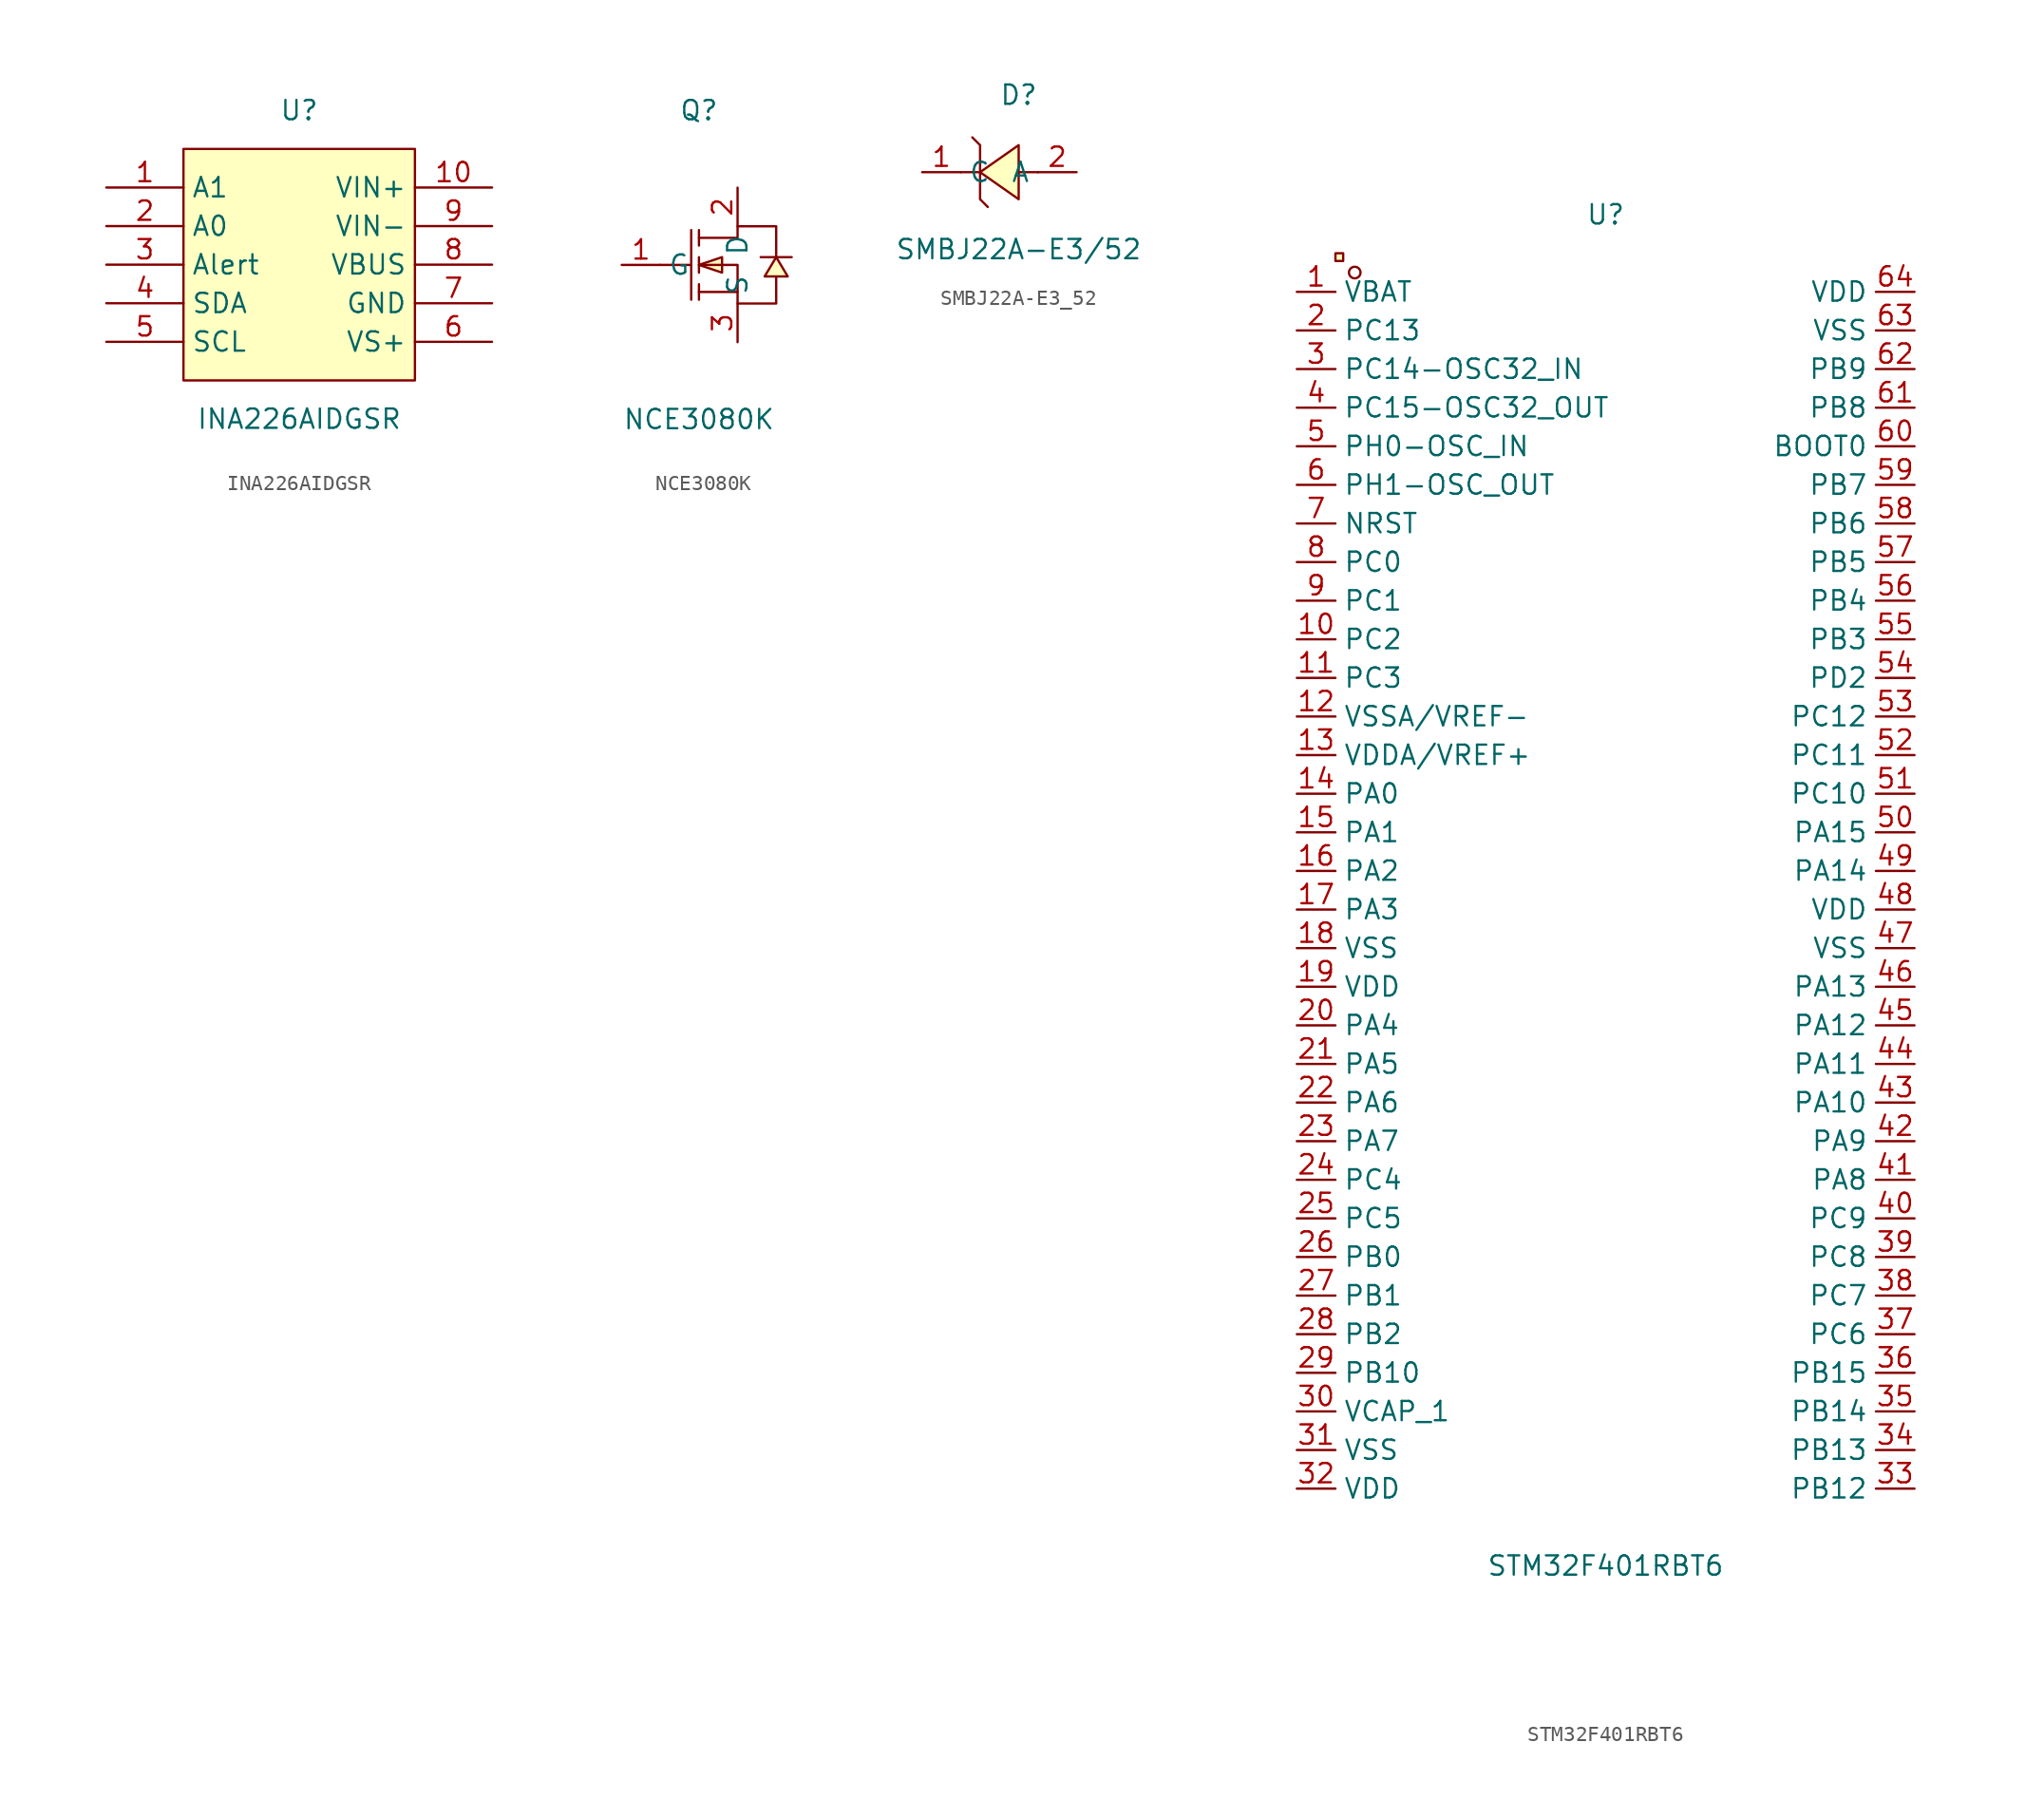
<source format=kicad_sym>
(kicad_symbol_lib
  (version 20241209)
  (generator "kicad_symbol_editor")
  (generator_version "9.0")
  (symbol "INA226AIDGSR"
    (property "Reference" "U"
      (at 0 10.16 0)
      (effects (font (size 1.27 1.27))))
    (property "Value" "INA226AIDGSR"
      (at 0 -10.16 0)
      (effects (font (size 1.27 1.27))))
    (symbol "INA226AIDGSR_0_1"
      (rectangle (start -7.62 7.62) (end 7.62 -7.62) (stroke (width 0) (type default)) (fill (type background)))
      (pin unspecified line (at -12.7 5.08 0) (length 5.08) (name "A1" (effects (font (size 1.27 1.27)))) (number "1" (effects (font (size 1.27 1.27)))))
      (pin unspecified line (at -12.7 2.54 0) (length 5.08) (name "A0" (effects (font (size 1.27 1.27)))) (number "2" (effects (font (size 1.27 1.27)))))
      (pin unspecified line (at -12.7 0 0) (length 5.08) (name "Alert" (effects (font (size 1.27 1.27)))) (number "3" (effects (font (size 1.27 1.27)))))
      (pin unspecified line (at -12.7 -2.54 0) (length 5.08) (name "SDA" (effects (font (size 1.27 1.27)))) (number "4" (effects (font (size 1.27 1.27)))))
      (pin unspecified line (at -12.7 -5.08 0) (length 5.08) (name "SCL" (effects (font (size 1.27 1.27)))) (number "5" (effects (font (size 1.27 1.27)))))
      (pin unspecified line (at 12.7 5.08 180) (length 5.08) (name "VIN+" (effects (font (size 1.27 1.27)))) (number "10" (effects (font (size 1.27 1.27)))))
      (pin unspecified line (at 12.7 2.54 180) (length 5.08) (name "VIN-" (effects (font (size 1.27 1.27)))) (number "9" (effects (font (size 1.27 1.27)))))
      (pin unspecified line (at 12.7 0 180) (length 5.08) (name "VBUS" (effects (font (size 1.27 1.27)))) (number "8" (effects (font (size 1.27 1.27)))))
      (pin unspecified line (at 12.7 -2.54 180) (length 5.08) (name "GND" (effects (font (size 1.27 1.27)))) (number "7" (effects (font (size 1.27 1.27)))))
      (pin unspecified line (at 12.7 -5.08 180) (length 5.08) (name "VS+" (effects (font (size 1.27 1.27)))) (number "6" (effects (font (size 1.27 1.27)))))))
  (symbol "NCE3080K"
    (property "Reference" "Q"
      (at 0 10.16 0)
      (effects (font (size 1.27 1.27))))
    (property "Value" "NCE3080K"
      (at 0 -10.16 0)
      (effects (font (size 1.27 1.27))))
    (symbol "NCE3080K_0_1"
      (polyline (pts (xy -2.54 0) (xy -0.51 0)) (stroke (width 0) (type default)) (fill (type none)))
      (polyline (pts (xy -0.51 2.29) (xy -0.51 -2.29)) (stroke (width 0) (type default)) (fill (type none)))
      (polyline (pts (xy 0 2.29) (xy 0 1.27)) (stroke (width 0) (type default)) (fill (type none)))
      (polyline (pts (xy 0 1.78) (xy 2.54 1.78) (xy 2.54 2.54) (xy 5.08 2.54) (xy 5.08 0.51)) (stroke (width 0) (type default)) (fill (type none)))
      (polyline (pts (xy 0 0) (xy 1.52 -0.51) (xy 1.52 0.51) (xy 0 0)) (stroke (width 0) (type default)) (fill (type background)))
      (polyline (pts (xy 0 0) (xy 2.54 0) (xy 2.54 -2.54) (xy 5.08 -2.54) (xy 5.08 -0.76)) (stroke (width 0) (type default)) (fill (type none)))
      (polyline (pts (xy 0 -0.51) (xy 0 0.51)) (stroke (width 0) (type default)) (fill (type none)))
      (polyline (pts (xy 0 -2.29) (xy 0 -1.27)) (stroke (width 0) (type default)) (fill (type none)))
      (polyline (pts (xy 2.54 -1.78) (xy 0 -1.78)) (stroke (width 0) (type default)) (fill (type none)))
      (polyline (pts (xy 5.08 0.51) (xy 4.32 -0.76) (xy 5.84 -0.76) (xy 5.08 0.51)) (stroke (width 0) (type default)) (fill (type background)))
      (polyline (pts (xy 6.1 0.51) (xy 5.59 0.51) (xy 4.57 0.51) (xy 4.06 0.51)) (stroke (width 0) (type default)) (fill (type none)))
      (pin unspecified line (at -5.08 0 0) (length 2.54) (name "G" (effects (font (size 1.27 1.27)))) (number "1" (effects (font (size 1.27 1.27)))))
      (pin unspecified line (at 2.54 5.08 270) (length 2.54) (name "D" (effects (font (size 1.27 1.27)))) (number "2" (effects (font (size 1.27 1.27)))))
      (pin unspecified line (at 2.54 -5.08 90) (length 2.54) (name "S" (effects (font (size 1.27 1.27)))) (number "3" (effects (font (size 1.27 1.27)))))))
  (symbol "SMBJ22A-E3_52"
    (property "Reference" "D"
      (at 0 6.35 0)
      (effects (font (size 1.27 1.27))))
    (property "Value" "SMBJ22A-E3/52"
      (at 0 -3.81 0)
      (effects (font (size 1.27 1.27))))
    (symbol "SMBJ22A-E3_52_0_1"
      (polyline (pts (xy -2.54 3.05) (xy -3.05 3.56) (xy -2.54 3.05) (xy -2.54 -0.51) (xy -2.03 -1.02) (xy -2.03 -1.02)) (stroke (width 0) (type default)) (fill (type none)))
      (polyline (pts (xy -2.54 1.27) (xy -3.81 1.27)) (stroke (width 0) (type default)) (fill (type none)))
      (polyline (pts (xy 0 3.05) (xy -2.54 1.27) (xy 0 -0.51) (xy 0 3.05)) (stroke (width 0) (type default)) (fill (type background)))
      (polyline (pts (xy 1.27 1.27) (xy 0 1.27)) (stroke (width 0) (type default)) (fill (type none)))
      (pin unspecified line (at -6.35 1.27 0) (length 2.54) (name "C" (effects (font (size 1.27 1.27)))) (number "1" (effects (font (size 1.27 1.27)))))
      (pin unspecified line (at 3.81 1.27 180) (length 2.54) (name "A" (effects (font (size 1.27 1.27)))) (number "2" (effects (font (size 1.27 1.27)))))))
  (symbol "STM32F401RBT6"
    (property "Reference" "U"
      (at 0 44.45 0)
      (effects (font (size 1.27 1.27))))
    (property "Value" "STM32F401RBT6"
      (at 0 -44.45 0)
      (effects (font (size 1.27 1.27))))
    (symbol "STM32F401RBT6_0_1"
      (rectangle (start -17.78 41.91) (end -17.27 41.4) (stroke (width 0) (type default)) (fill (type background)))
      (circle (center -16.51 40.64) (radius 0.38) (stroke (width 0) (type default)) (fill (type none)))
      (pin unspecified line (at -20.32 39.37 0) (length 2.54) (name "VBAT" (effects (font (size 1.27 1.27)))) (number "1" (effects (font (size 1.27 1.27)))))
      (pin unspecified line (at -20.32 36.83 0) (length 2.54) (name "PC13" (effects (font (size 1.27 1.27)))) (number "2" (effects (font (size 1.27 1.27)))))
      (pin unspecified line (at -20.32 34.29 0) (length 2.54) (name "PC14-OSC32_IN" (effects (font (size 1.27 1.27)))) (number "3" (effects (font (size 1.27 1.27)))))
      (pin unspecified line (at -20.32 31.75 0) (length 2.54) (name "PC15-OSC32_OUT" (effects (font (size 1.27 1.27)))) (number "4" (effects (font (size 1.27 1.27)))))
      (pin unspecified line (at -20.32 29.21 0) (length 2.54) (name "PH0-OSC_IN" (effects (font (size 1.27 1.27)))) (number "5" (effects (font (size 1.27 1.27)))))
      (pin unspecified line (at -20.32 26.67 0) (length 2.54) (name "PH1-OSC_OUT" (effects (font (size 1.27 1.27)))) (number "6" (effects (font (size 1.27 1.27)))))
      (pin unspecified line (at -20.32 24.13 0) (length 2.54) (name "NRST" (effects (font (size 1.27 1.27)))) (number "7" (effects (font (size 1.27 1.27)))))
      (pin unspecified line (at -20.32 21.59 0) (length 2.54) (name "PC0" (effects (font (size 1.27 1.27)))) (number "8" (effects (font (size 1.27 1.27)))))
      (pin unspecified line (at -20.32 19.05 0) (length 2.54) (name "PC1" (effects (font (size 1.27 1.27)))) (number "9" (effects (font (size 1.27 1.27)))))
      (pin unspecified line (at -20.32 16.51 0) (length 2.54) (name "PC2" (effects (font (size 1.27 1.27)))) (number "10" (effects (font (size 1.27 1.27)))))
      (pin unspecified line (at -20.32 13.97 0) (length 2.54) (name "PC3" (effects (font (size 1.27 1.27)))) (number "11" (effects (font (size 1.27 1.27)))))
      (pin unspecified line (at -20.32 11.43 0) (length 2.54) (name "VSSA/VREF-" (effects (font (size 1.27 1.27)))) (number "12" (effects (font (size 1.27 1.27)))))
      (pin unspecified line (at -20.32 8.89 0) (length 2.54) (name "VDDA/VREF+" (effects (font (size 1.27 1.27)))) (number "13" (effects (font (size 1.27 1.27)))))
      (pin unspecified line (at -20.32 6.35 0) (length 2.54) (name "PA0" (effects (font (size 1.27 1.27)))) (number "14" (effects (font (size 1.27 1.27)))))
      (pin unspecified line (at -20.32 3.81 0) (length 2.54) (name "PA1" (effects (font (size 1.27 1.27)))) (number "15" (effects (font (size 1.27 1.27)))))
      (pin unspecified line (at -20.32 1.27 0) (length 2.54) (name "PA2" (effects (font (size 1.27 1.27)))) (number "16" (effects (font (size 1.27 1.27)))))
      (pin unspecified line (at -20.32 -1.27 0) (length 2.54) (name "PA3" (effects (font (size 1.27 1.27)))) (number "17" (effects (font (size 1.27 1.27)))))
      (pin unspecified line (at -20.32 -3.81 0) (length 2.54) (name "VSS" (effects (font (size 1.27 1.27)))) (number "18" (effects (font (size 1.27 1.27)))))
      (pin unspecified line (at -20.32 -6.35 0) (length 2.54) (name "VDD" (effects (font (size 1.27 1.27)))) (number "19" (effects (font (size 1.27 1.27)))))
      (pin unspecified line (at -20.32 -8.89 0) (length 2.54) (name "PA4" (effects (font (size 1.27 1.27)))) (number "20" (effects (font (size 1.27 1.27)))))
      (pin unspecified line (at -20.32 -11.43 0) (length 2.54) (name "PA5" (effects (font (size 1.27 1.27)))) (number "21" (effects (font (size 1.27 1.27)))))
      (pin unspecified line (at -20.32 -13.97 0) (length 2.54) (name "PA6" (effects (font (size 1.27 1.27)))) (number "22" (effects (font (size 1.27 1.27)))))
      (pin unspecified line (at -20.32 -16.51 0) (length 2.54) (name "PA7" (effects (font (size 1.27 1.27)))) (number "23" (effects (font (size 1.27 1.27)))))
      (pin unspecified line (at -20.32 -19.05 0) (length 2.54) (name "PC4" (effects (font (size 1.27 1.27)))) (number "24" (effects (font (size 1.27 1.27)))))
      (pin unspecified line (at -20.32 -21.59 0) (length 2.54) (name "PC5" (effects (font (size 1.27 1.27)))) (number "25" (effects (font (size 1.27 1.27)))))
      (pin unspecified line (at -20.32 -24.13 0) (length 2.54) (name "PB0" (effects (font (size 1.27 1.27)))) (number "26" (effects (font (size 1.27 1.27)))))
      (pin unspecified line (at -20.32 -26.67 0) (length 2.54) (name "PB1" (effects (font (size 1.27 1.27)))) (number "27" (effects (font (size 1.27 1.27)))))
      (pin unspecified line (at -20.32 -29.21 0) (length 2.54) (name "PB2" (effects (font (size 1.27 1.27)))) (number "28" (effects (font (size 1.27 1.27)))))
      (pin unspecified line (at -20.32 -31.75 0) (length 2.54) (name "PB10" (effects (font (size 1.27 1.27)))) (number "29" (effects (font (size 1.27 1.27)))))
      (pin unspecified line (at -20.32 -34.29 0) (length 2.54) (name "VCAP_1" (effects (font (size 1.27 1.27)))) (number "30" (effects (font (size 1.27 1.27)))))
      (pin unspecified line (at -20.32 -36.83 0) (length 2.54) (name "VSS" (effects (font (size 1.27 1.27)))) (number "31" (effects (font (size 1.27 1.27)))))
      (pin unspecified line (at -20.32 -39.37 0) (length 2.54) (name "VDD" (effects (font (size 1.27 1.27)))) (number "32" (effects (font (size 1.27 1.27)))))
      (pin unspecified line (at 20.32 39.37 180) (length 2.54) (name "VDD" (effects (font (size 1.27 1.27)))) (number "64" (effects (font (size 1.27 1.27)))))
      (pin unspecified line (at 20.32 36.83 180) (length 2.54) (name "VSS" (effects (font (size 1.27 1.27)))) (number "63" (effects (font (size 1.27 1.27)))))
      (pin unspecified line (at 20.32 34.29 180) (length 2.54) (name "PB9" (effects (font (size 1.27 1.27)))) (number "62" (effects (font (size 1.27 1.27)))))
      (pin unspecified line (at 20.32 31.75 180) (length 2.54) (name "PB8" (effects (font (size 1.27 1.27)))) (number "61" (effects (font (size 1.27 1.27)))))
      (pin unspecified line (at 20.32 29.21 180) (length 2.54) (name "BOOT0" (effects (font (size 1.27 1.27)))) (number "60" (effects (font (size 1.27 1.27)))))
      (pin unspecified line (at 20.32 26.67 180) (length 2.54) (name "PB7" (effects (font (size 1.27 1.27)))) (number "59" (effects (font (size 1.27 1.27)))))
      (pin unspecified line (at 20.32 24.13 180) (length 2.54) (name "PB6" (effects (font (size 1.27 1.27)))) (number "58" (effects (font (size 1.27 1.27)))))
      (pin unspecified line (at 20.32 21.59 180) (length 2.54) (name "PB5" (effects (font (size 1.27 1.27)))) (number "57" (effects (font (size 1.27 1.27)))))
      (pin unspecified line (at 20.32 19.05 180) (length 2.54) (name "PB4" (effects (font (size 1.27 1.27)))) (number "56" (effects (font (size 1.27 1.27)))))
      (pin unspecified line (at 20.32 16.51 180) (length 2.54) (name "PB3" (effects (font (size 1.27 1.27)))) (number "55" (effects (font (size 1.27 1.27)))))
      (pin unspecified line (at 20.32 13.97 180) (length 2.54) (name "PD2" (effects (font (size 1.27 1.27)))) (number "54" (effects (font (size 1.27 1.27)))))
      (pin unspecified line (at 20.32 11.43 180) (length 2.54) (name "PC12" (effects (font (size 1.27 1.27)))) (number "53" (effects (font (size 1.27 1.27)))))
      (pin unspecified line (at 20.32 8.89 180) (length 2.54) (name "PC11" (effects (font (size 1.27 1.27)))) (number "52" (effects (font (size 1.27 1.27)))))
      (pin unspecified line (at 20.32 6.35 180) (length 2.54) (name "PC10" (effects (font (size 1.27 1.27)))) (number "51" (effects (font (size 1.27 1.27)))))
      (pin unspecified line (at 20.32 3.81 180) (length 2.54) (name "PA15" (effects (font (size 1.27 1.27)))) (number "50" (effects (font (size 1.27 1.27)))))
      (pin unspecified line (at 20.32 1.27 180) (length 2.54) (name "PA14" (effects (font (size 1.27 1.27)))) (number "49" (effects (font (size 1.27 1.27)))))
      (pin unspecified line (at 20.32 -1.27 180) (length 2.54) (name "VDD" (effects (font (size 1.27 1.27)))) (number "48" (effects (font (size 1.27 1.27)))))
      (pin unspecified line (at 20.32 -3.81 180) (length 2.54) (name "VSS" (effects (font (size 1.27 1.27)))) (number "47" (effects (font (size 1.27 1.27)))))
      (pin unspecified line (at 20.32 -6.35 180) (length 2.54) (name "PA13" (effects (font (size 1.27 1.27)))) (number "46" (effects (font (size 1.27 1.27)))))
      (pin unspecified line (at 20.32 -8.89 180) (length 2.54) (name "PA12" (effects (font (size 1.27 1.27)))) (number "45" (effects (font (size 1.27 1.27)))))
      (pin unspecified line (at 20.32 -11.43 180) (length 2.54) (name "PA11" (effects (font (size 1.27 1.27)))) (number "44" (effects (font (size 1.27 1.27)))))
      (pin unspecified line (at 20.32 -13.97 180) (length 2.54) (name "PA10" (effects (font (size 1.27 1.27)))) (number "43" (effects (font (size 1.27 1.27)))))
      (pin unspecified line (at 20.32 -16.51 180) (length 2.54) (name "PA9" (effects (font (size 1.27 1.27)))) (number "42" (effects (font (size 1.27 1.27)))))
      (pin unspecified line (at 20.32 -19.05 180) (length 2.54) (name "PA8" (effects (font (size 1.27 1.27)))) (number "41" (effects (font (size 1.27 1.27)))))
      (pin unspecified line (at 20.32 -21.59 180) (length 2.54) (name "PC9" (effects (font (size 1.27 1.27)))) (number "40" (effects (font (size 1.27 1.27)))))
      (pin unspecified line (at 20.32 -24.13 180) (length 2.54) (name "PC8" (effects (font (size 1.27 1.27)))) (number "39" (effects (font (size 1.27 1.27)))))
      (pin unspecified line (at 20.32 -26.67 180) (length 2.54) (name "PC7" (effects (font (size 1.27 1.27)))) (number "38" (effects (font (size 1.27 1.27)))))
      (pin unspecified line (at 20.32 -29.21 180) (length 2.54) (name "PC6" (effects (font (size 1.27 1.27)))) (number "37" (effects (font (size 1.27 1.27)))))
      (pin unspecified line (at 20.32 -31.75 180) (length 2.54) (name "PB15" (effects (font (size 1.27 1.27)))) (number "36" (effects (font (size 1.27 1.27)))))
      (pin unspecified line (at 20.32 -34.29 180) (length 2.54) (name "PB14" (effects (font (size 1.27 1.27)))) (number "35" (effects (font (size 1.27 1.27)))))
      (pin unspecified line (at 20.32 -36.83 180) (length 2.54) (name "PB13" (effects (font (size 1.27 1.27)))) (number "34" (effects (font (size 1.27 1.27)))))
      (pin unspecified line (at 20.32 -39.37 180) (length 2.54) (name "PB12" (effects (font (size 1.27 1.27)))) (number "33" (effects (font (size 1.27 1.27))))))))
</source>
